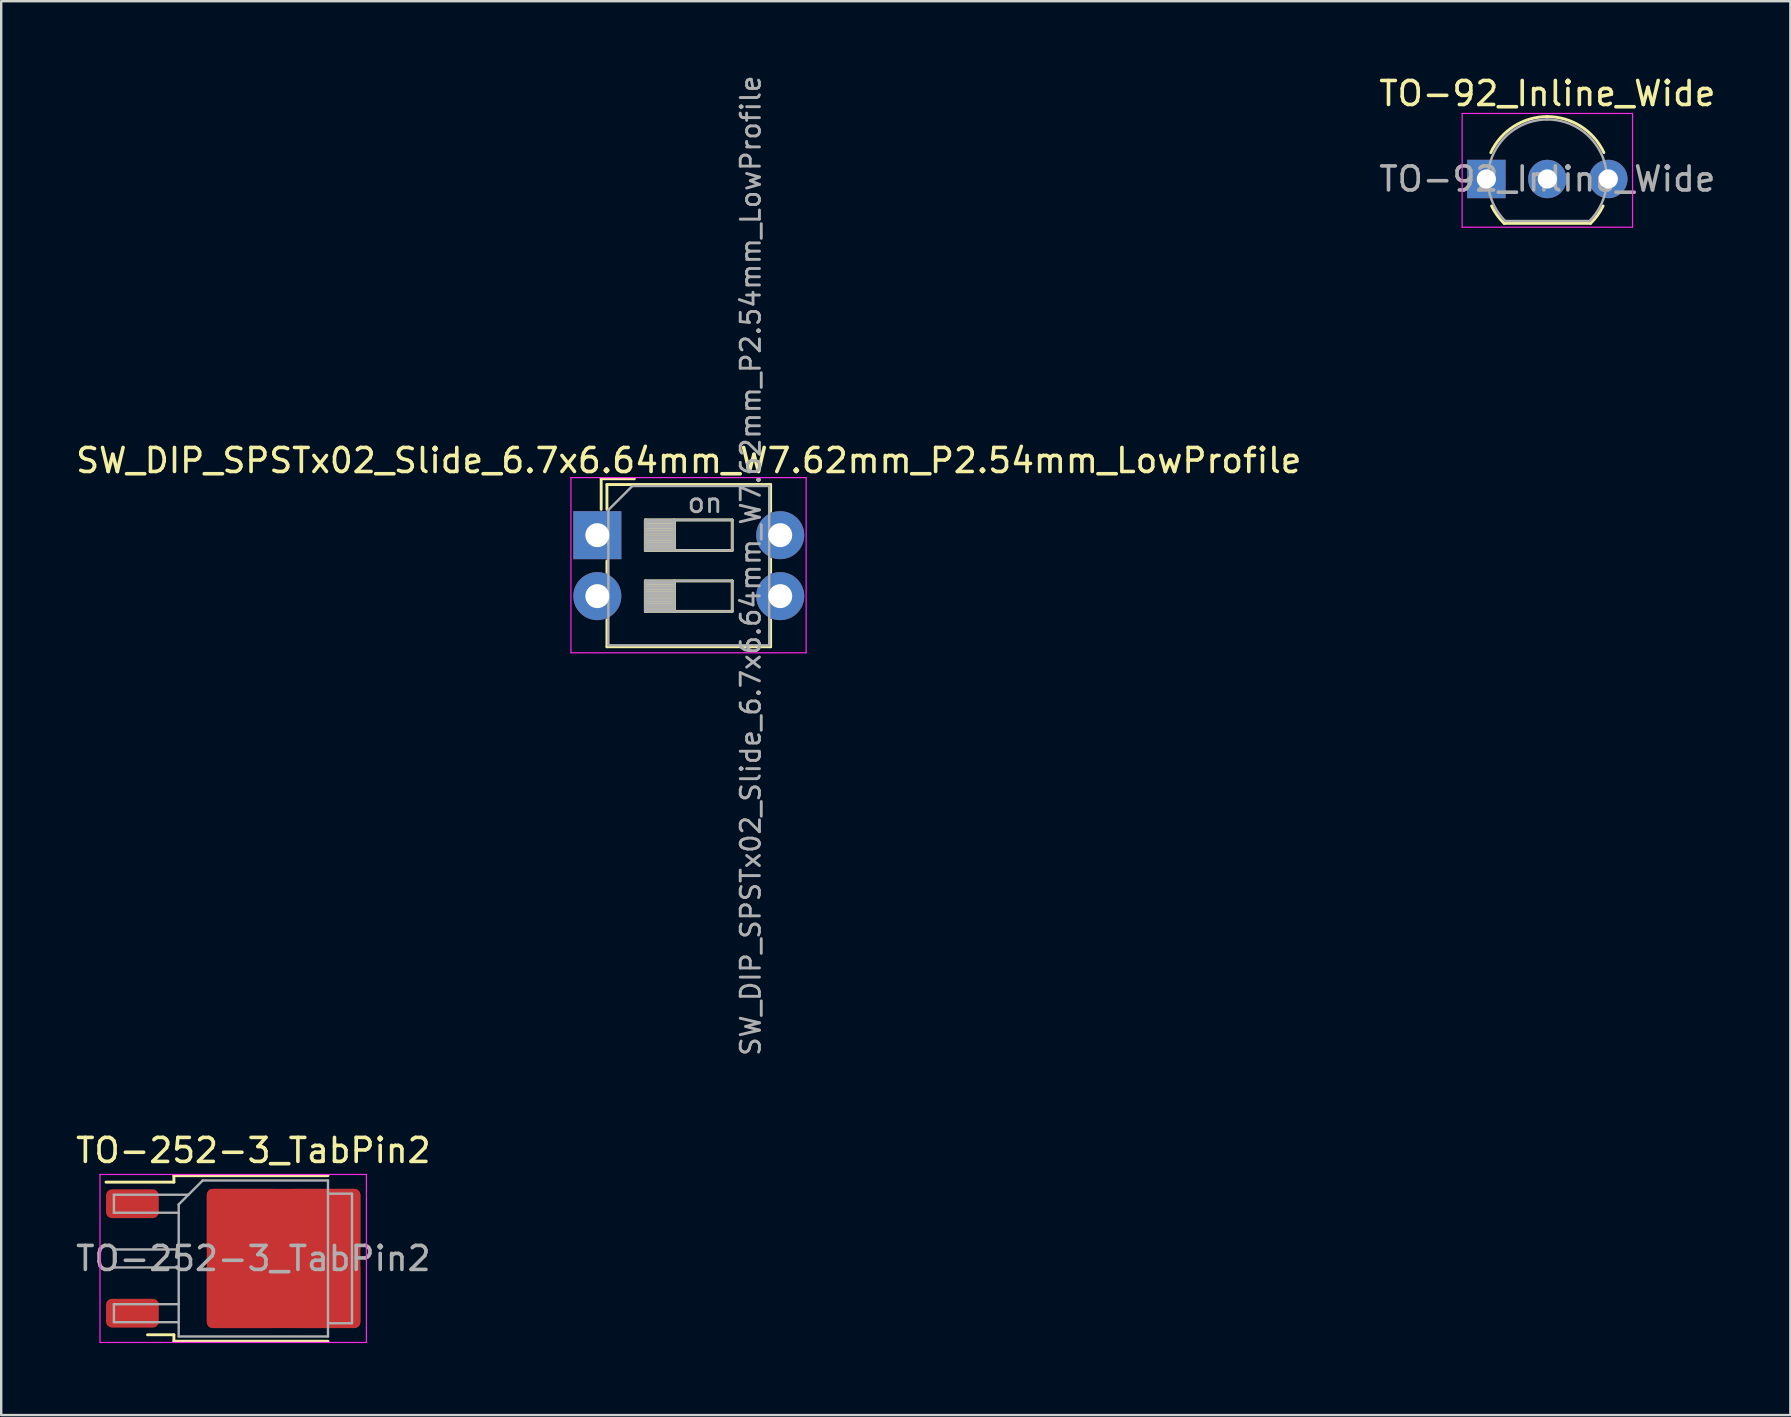
<source format=kicad_pcb>
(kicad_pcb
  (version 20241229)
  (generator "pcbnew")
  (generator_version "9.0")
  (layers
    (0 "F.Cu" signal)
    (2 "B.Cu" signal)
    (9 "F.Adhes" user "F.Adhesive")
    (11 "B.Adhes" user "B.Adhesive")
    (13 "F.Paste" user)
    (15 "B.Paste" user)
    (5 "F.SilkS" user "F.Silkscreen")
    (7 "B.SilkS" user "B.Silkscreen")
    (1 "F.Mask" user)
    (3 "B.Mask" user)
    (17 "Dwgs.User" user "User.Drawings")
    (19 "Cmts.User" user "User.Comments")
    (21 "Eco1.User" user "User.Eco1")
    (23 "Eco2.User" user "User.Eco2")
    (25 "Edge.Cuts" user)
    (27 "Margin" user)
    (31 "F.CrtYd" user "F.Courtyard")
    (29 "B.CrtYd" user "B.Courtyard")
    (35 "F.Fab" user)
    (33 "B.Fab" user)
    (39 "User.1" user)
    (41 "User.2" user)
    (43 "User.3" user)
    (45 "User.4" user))
  (footprint "TO-252-3_TabPin2"
    (layer "F.Cu")
    (at 7.506 49.386)
    (property "Reference" "TO-252-3_TabPin2" (at 0 -4.5 0) (layer "F.SilkS") (effects (font (size 1 1) (thickness 0.15))))
    (attr smd)
    (fp_line (start -3.31 -3.45) (end -3.31 -3.18) (stroke (width 0.12) (type solid)) (layer "F.SilkS"))
    (fp_line (start -3.31 -3.18) (end -6.14 -3.18) (stroke (width 0.12) (type solid)) (layer "F.SilkS"))
    (fp_line (start -3.31 3.18) (end -4.41 3.18) (stroke (width 0.12) (type solid)) (layer "F.SilkS"))
    (fp_line (start -3.31 3.45) (end -3.31 3.18) (stroke (width 0.12) (type solid)) (layer "F.SilkS"))
    (fp_line (start 3.11 -3.45) (end -3.31 -3.45) (stroke (width 0.12) (type solid)) (layer "F.SilkS"))
    (fp_line (start 3.11 3.45) (end -3.31 3.45) (stroke (width 0.12) (type solid)) (layer "F.SilkS"))
    (fp_line (start -6.39 -3.5) (end -6.39 3.5) (stroke (width 0.05) (type solid)) (layer "F.CrtYd"))
    (fp_line (start -6.39 3.5) (end 4.71 3.5) (stroke (width 0.05) (type solid)) (layer "F.CrtYd"))
    (fp_line (start 4.71 -3.5) (end -6.39 -3.5) (stroke (width 0.05) (type solid)) (layer "F.CrtYd"))
    (fp_line (start 4.71 3.5) (end 4.71 -3.5) (stroke (width 0.05) (type solid)) (layer "F.CrtYd"))
    (fp_line (start -5.81 -2.655) (end -5.81 -1.905) (stroke (width 0.1) (type solid)) (layer "F.Fab"))
    (fp_line (start -5.81 -1.905) (end -3.11 -1.905) (stroke (width 0.1) (type solid)) (layer "F.Fab"))
    (fp_line (start -5.81 -0.375) (end -5.81 0.375) (stroke (width 0.1) (type solid)) (layer "F.Fab"))
    (fp_line (start -5.81 0.375) (end -3.11 0.375) (stroke (width 0.1) (type solid)) (layer "F.Fab"))
    (fp_line (start -5.81 1.905) (end -5.81 2.655) (stroke (width 0.1) (type solid)) (layer "F.Fab"))
    (fp_line (start -5.81 2.655) (end -3.11 2.655) (stroke (width 0.1) (type solid)) (layer "F.Fab"))
    (fp_line (start -3.11 -2.25) (end -2.11 -3.25) (stroke (width 0.1) (type solid)) (layer "F.Fab"))
    (fp_line (start -3.11 -0.375) (end -5.81 -0.375) (stroke (width 0.1) (type solid)) (layer "F.Fab"))
    (fp_line (start -3.11 1.905) (end -5.81 1.905) (stroke (width 0.1) (type solid)) (layer "F.Fab"))
    (fp_line (start -3.11 3.25) (end -3.11 -2.25) (stroke (width 0.1) (type solid)) (layer "F.Fab"))
    (fp_line (start -2.705 -2.655) (end -5.81 -2.655) (stroke (width 0.1) (type solid)) (layer "F.Fab"))
    (fp_line (start -2.11 -3.25) (end 3.11 -3.25) (stroke (width 0.1) (type solid)) (layer "F.Fab"))
    (fp_line (start 3.11 -3.25) (end 3.11 3.25) (stroke (width 0.1) (type solid)) (layer "F.Fab"))
    (fp_line (start 3.11 -2.7) (end 4.11 -2.7) (stroke (width 0.1) (type solid)) (layer "F.Fab"))
    (fp_line (start 3.11 3.25) (end -3.11 3.25) (stroke (width 0.1) (type solid)) (layer "F.Fab"))
    (fp_line (start 4.11 -2.7) (end 4.11 2.7) (stroke (width 0.1) (type solid)) (layer "F.Fab"))
    (fp_line (start 4.11 2.7) (end 3.11 2.7) (stroke (width 0.1) (type solid)) (layer "F.Fab"))
    (fp_text user "${REFERENCE}" (at 0 0 0) (layer "F.Fab") (effects (font (size 1 1) (thickness 0.15))))
    (pad "1" smd roundrect (at -5.04 -2.28) (size 2.2 1.2) (layers "F.Cu" "F.Mask" "F.Paste") (roundrect_rratio 0.208))
    (pad "2" smd roundrect (at -0.415 -1.525) (size 3.05 2.75) (layers "F.Cu" "F.Paste") (roundrect_rratio 0.091))
    (pad "2" smd roundrect (at -0.415 1.525) (size 3.05 2.75) (layers "F.Cu" "F.Paste") (roundrect_rratio 0.091))
    (pad "2" smd roundrect (at 1.26 0) (size 6.4 5.8) (layers "F.Cu" "F.Mask") (roundrect_rratio 0.043))
    (pad "2" smd roundrect (at 2.935 -1.525) (size 3.05 2.75) (layers "F.Cu" "F.Paste") (roundrect_rratio 0.091))
    (pad "2" smd roundrect (at 2.935 1.525) (size 3.05 2.75) (layers "F.Cu" "F.Paste") (roundrect_rratio 0.091))
    (pad "3" smd roundrect (at -5.04 2.28) (size 2.2 1.2) (layers "F.Cu" "F.Mask" "F.Paste") (roundrect_rratio 0.208)))
  (footprint "SW_DIP_SPSTx02_Slide_6.7x6.64mm_W7.62mm_P2.54mm_LowProfile"
    (layer "F.Cu")
    (at 21.839 19.249)
    (property "Reference" "SW_DIP_SPSTx02_Slide_6.7x6.64mm_W7.62mm_P2.54mm_LowProfile" (at 3.81 -3.11 0) (layer "F.SilkS") (effects (font (size 1 1) (thickness 0.15))))
    (attr through_hole)
    (fp_line (start 0.16 -2.35) (end 0.16 -1.075) (stroke (width 0.12) (type solid)) (layer "F.SilkS"))
    (fp_line (start 0.16 -2.35) (end 1.543 -2.35) (stroke (width 0.12) (type solid)) (layer "F.SilkS"))
    (fp_line (start 0.4 -2.11) (end 0.4 -1.075) (stroke (width 0.12) (type solid)) (layer "F.SilkS"))
    (fp_line (start 0.4 -2.11) (end 7.221 -2.11) (stroke (width 0.12) (type solid)) (layer "F.SilkS"))
    (fp_line (start 0.4 1.075) (end 0.4 1.551) (stroke (width 0.12) (type solid)) (layer "F.SilkS"))
    (fp_line (start 0.4 3.53) (end 0.4 4.65) (stroke (width 0.12) (type solid)) (layer "F.SilkS"))
    (fp_line (start 0.4 4.65) (end 7.221 4.65) (stroke (width 0.12) (type solid)) (layer "F.SilkS"))
    (fp_line (start 2 -0.635) (end 2 0.635) (stroke (width 0.12) (type solid)) (layer "F.SilkS"))
    (fp_line (start 2 -0.515) (end 3.207 -0.515) (stroke (width 0.12) (type solid)) (layer "F.SilkS"))
    (fp_line (start 2 -0.395) (end 3.207 -0.395) (stroke (width 0.12) (type solid)) (layer "F.SilkS"))
    (fp_line (start 2 -0.275) (end 3.207 -0.275) (stroke (width 0.12) (type solid)) (layer "F.SilkS"))
    (fp_line (start 2 -0.155) (end 3.207 -0.155) (stroke (width 0.12) (type solid)) (layer "F.SilkS"))
    (fp_line (start 2 -0.035) (end 3.207 -0.035) (stroke (width 0.12) (type solid)) (layer "F.SilkS"))
    (fp_line (start 2 0.085) (end 3.207 0.085) (stroke (width 0.12) (type solid)) (layer "F.SilkS"))
    (fp_line (start 2 0.205) (end 3.207 0.205) (stroke (width 0.12) (type solid)) (layer "F.SilkS"))
    (fp_line (start 2 0.325) (end 3.207 0.325) (stroke (width 0.12) (type solid)) (layer "F.SilkS"))
    (fp_line (start 2 0.445) (end 3.207 0.445) (stroke (width 0.12) (type solid)) (layer "F.SilkS"))
    (fp_line (start 2 0.565) (end 3.207 0.565) (stroke (width 0.12) (type solid)) (layer "F.SilkS"))
    (fp_line (start 2 0.635) (end 5.62 0.635) (stroke (width 0.12) (type solid)) (layer "F.SilkS"))
    (fp_line (start 2 1.905) (end 2 3.175) (stroke (width 0.12) (type solid)) (layer "F.SilkS"))
    (fp_line (start 2 2.025) (end 3.207 2.025) (stroke (width 0.12) (type solid)) (layer "F.SilkS"))
    (fp_line (start 2 2.145) (end 3.207 2.145) (stroke (width 0.12) (type solid)) (layer "F.SilkS"))
    (fp_line (start 2 2.265) (end 3.207 2.265) (stroke (width 0.12) (type solid)) (layer "F.SilkS"))
    (fp_line (start 2 2.385) (end 3.207 2.385) (stroke (width 0.12) (type solid)) (layer "F.SilkS"))
    (fp_line (start 2 2.505) (end 3.207 2.505) (stroke (width 0.12) (type solid)) (layer "F.SilkS"))
    (fp_line (start 2 2.625) (end 3.207 2.625) (stroke (width 0.12) (type solid)) (layer "F.SilkS"))
    (fp_line (start 2 2.745) (end 3.207 2.745) (stroke (width 0.12) (type solid)) (layer "F.SilkS"))
    (fp_line (start 2 2.865) (end 3.207 2.865) (stroke (width 0.12) (type solid)) (layer "F.SilkS"))
    (fp_line (start 2 2.985) (end 3.207 2.985) (stroke (width 0.12) (type solid)) (layer "F.SilkS"))
    (fp_line (start 2 3.105) (end 3.207 3.105) (stroke (width 0.12) (type solid)) (layer "F.SilkS"))
    (fp_line (start 2 3.175) (end 5.62 3.175) (stroke (width 0.12) (type solid)) (layer "F.SilkS"))
    (fp_line (start 3.207 -0.635) (end 3.207 0.635) (stroke (width 0.12) (type solid)) (layer "F.SilkS"))
    (fp_line (start 3.207 1.905) (end 3.207 3.175) (stroke (width 0.12) (type solid)) (layer "F.SilkS"))
    (fp_line (start 5.62 -0.635) (end 2 -0.635) (stroke (width 0.12) (type solid)) (layer "F.SilkS"))
    (fp_line (start 5.62 0.635) (end 5.62 -0.635) (stroke (width 0.12) (type solid)) (layer "F.SilkS"))
    (fp_line (start 5.62 1.905) (end 2 1.905) (stroke (width 0.12) (type solid)) (layer "F.SilkS"))
    (fp_line (start 5.62 3.175) (end 5.62 1.905) (stroke (width 0.12) (type solid)) (layer "F.SilkS"))
    (fp_line (start 7.221 -2.11) (end 7.221 -0.99) (stroke (width 0.12) (type solid)) (layer "F.SilkS"))
    (fp_line (start 7.221 0.99) (end 7.221 1.551) (stroke (width 0.12) (type solid)) (layer "F.SilkS"))
    (fp_line (start 7.221 3.53) (end 7.221 4.65) (stroke (width 0.12) (type solid)) (layer "F.SilkS"))
    (fp_line (start -1.1 -2.4) (end -1.1 4.9) (stroke (width 0.05) (type solid)) (layer "F.CrtYd"))
    (fp_line (start -1.1 4.9) (end 8.7 4.9) (stroke (width 0.05) (type solid)) (layer "F.CrtYd"))
    (fp_line (start 8.7 -2.4) (end -1.1 -2.4) (stroke (width 0.05) (type solid)) (layer "F.CrtYd"))
    (fp_line (start 8.7 4.9) (end 8.7 -2.4) (stroke (width 0.05) (type solid)) (layer "F.CrtYd"))
    (fp_line (start 0.46 -1.05) (end 1.46 -2.05) (stroke (width 0.1) (type solid)) (layer "F.Fab"))
    (fp_line (start 0.46 4.59) (end 0.46 -1.05) (stroke (width 0.1) (type solid)) (layer "F.Fab"))
    (fp_line (start 1.46 -2.05) (end 7.16 -2.05) (stroke (width 0.1) (type solid)) (layer "F.Fab"))
    (fp_line (start 2 -0.635) (end 2 0.635) (stroke (width 0.1) (type solid)) (layer "F.Fab"))
    (fp_line (start 2 -0.535) (end 3.207 -0.535) (stroke (width 0.1) (type solid)) (layer "F.Fab"))
    (fp_line (start 2 -0.435) (end 3.207 -0.435) (stroke (width 0.1) (type solid)) (layer "F.Fab"))
    (fp_line (start 2 -0.335) (end 3.207 -0.335) (stroke (width 0.1) (type solid)) (layer "F.Fab"))
    (fp_line (start 2 -0.235) (end 3.207 -0.235) (stroke (width 0.1) (type solid)) (layer "F.Fab"))
    (fp_line (start 2 -0.135) (end 3.207 -0.135) (stroke (width 0.1) (type solid)) (layer "F.Fab"))
    (fp_line (start 2 -0.035) (end 3.207 -0.035) (stroke (width 0.1) (type solid)) (layer "F.Fab"))
    (fp_line (start 2 0.065) (end 3.207 0.065) (stroke (width 0.1) (type solid)) (layer "F.Fab"))
    (fp_line (start 2 0.165) (end 3.207 0.165) (stroke (width 0.1) (type solid)) (layer "F.Fab"))
    (fp_line (start 2 0.265) (end 3.207 0.265) (stroke (width 0.1) (type solid)) (layer "F.Fab"))
    (fp_line (start 2 0.365) (end 3.207 0.365) (stroke (width 0.1) (type solid)) (layer "F.Fab"))
    (fp_line (start 2 0.465) (end 3.207 0.465) (stroke (width 0.1) (type solid)) (layer "F.Fab"))
    (fp_line (start 2 0.565) (end 3.207 0.565) (stroke (width 0.1) (type solid)) (layer "F.Fab"))
    (fp_line (start 2 0.635) (end 5.62 0.635) (stroke (width 0.1) (type solid)) (layer "F.Fab"))
    (fp_line (start 2 1.905) (end 2 3.175) (stroke (width 0.1) (type solid)) (layer "F.Fab"))
    (fp_line (start 2 2.005) (end 3.207 2.005) (stroke (width 0.1) (type solid)) (layer "F.Fab"))
    (fp_line (start 2 2.105) (end 3.207 2.105) (stroke (width 0.1) (type solid)) (layer "F.Fab"))
    (fp_line (start 2 2.205) (end 3.207 2.205) (stroke (width 0.1) (type solid)) (layer "F.Fab"))
    (fp_line (start 2 2.305) (end 3.207 2.305) (stroke (width 0.1) (type solid)) (layer "F.Fab"))
    (fp_line (start 2 2.405) (end 3.207 2.405) (stroke (width 0.1) (type solid)) (layer "F.Fab"))
    (fp_line (start 2 2.505) (end 3.207 2.505) (stroke (width 0.1) (type solid)) (layer "F.Fab"))
    (fp_line (start 2 2.605) (end 3.207 2.605) (stroke (width 0.1) (type solid)) (layer "F.Fab"))
    (fp_line (start 2 2.705) (end 3.207 2.705) (stroke (width 0.1) (type solid)) (layer "F.Fab"))
    (fp_line (start 2 2.805) (end 3.207 2.805) (stroke (width 0.1) (type solid)) (layer "F.Fab"))
    (fp_line (start 2 2.905) (end 3.207 2.905) (stroke (width 0.1) (type solid)) (layer "F.Fab"))
    (fp_line (start 2 3.005) (end 3.207 3.005) (stroke (width 0.1) (type solid)) (layer "F.Fab"))
    (fp_line (start 2 3.105) (end 3.207 3.105) (stroke (width 0.1) (type solid)) (layer "F.Fab"))
    (fp_line (start 2 3.175) (end 5.62 3.175) (stroke (width 0.1) (type solid)) (layer "F.Fab"))
    (fp_line (start 3.207 -0.635) (end 3.207 0.635) (stroke (width 0.1) (type solid)) (layer "F.Fab"))
    (fp_line (start 3.207 1.905) (end 3.207 3.175) (stroke (width 0.1) (type solid)) (layer "F.Fab"))
    (fp_line (start 5.62 -0.635) (end 2 -0.635) (stroke (width 0.1) (type solid)) (layer "F.Fab"))
    (fp_line (start 5.62 0.635) (end 5.62 -0.635) (stroke (width 0.1) (type solid)) (layer "F.Fab"))
    (fp_line (start 5.62 1.905) (end 2 1.905) (stroke (width 0.1) (type solid)) (layer "F.Fab"))
    (fp_line (start 5.62 3.175) (end 5.62 1.905) (stroke (width 0.1) (type solid)) (layer "F.Fab"))
    (fp_line (start 7.16 -2.05) (end 7.16 4.59) (stroke (width 0.1) (type solid)) (layer "F.Fab"))
    (fp_line (start 7.16 4.59) (end 0.46 4.59) (stroke (width 0.1) (type solid)) (layer "F.Fab"))
    (fp_text user "${REFERENCE}" (at 6.39 1.27 90) (layer "F.Fab") (effects (font (size 0.8 0.8) (thickness 0.12))))
    (fp_text user "on" (at 4.485 -1.343 0) (layer "F.Fab") (effects (font (size 0.8 0.8) (thickness 0.12))))
    (pad "1" thru_hole rect (at 0 0) (size 2 2) (drill 1) (layers "*.Cu" "*.Mask"))
    (pad "2" thru_hole oval (at 0 2.54) (size 2 2) (drill 1) (layers "*.Cu" "*.Mask"))
    (pad "3" thru_hole oval (at 7.62 2.54) (size 2 2) (drill 1) (layers "*.Cu" "*.Mask"))
    (pad "4" thru_hole oval (at 7.62 0) (size 2 2) (drill 1) (layers "*.Cu" "*.Mask")))
  (footprint "TO-92_Inline_Wide"
    (layer "F.Cu")
    (at 58.883 4.408)
    (property "Reference" "TO-92_Inline_Wide" (at 2.54 -3.56 0) (layer "F.SilkS") (effects (font (size 1 1) (thickness 0.15))))
    (attr through_hole)
    (fp_line (start 0.74 1.85) (end 4.34 1.85) (stroke (width 0.12) (type solid)) (layer "F.SilkS"))
    (fp_arc (start 0.1836 -1.098807) (mid 1.143021 -2.192817) (end 2.54 -2.6) (stroke (width 0.12) (type solid)) (layer "F.SilkS"))
    (fp_arc (start 0.74 1.85) (mid 0.446097 1.509328) (end 0.215816 1.122795) (stroke (width 0.12) (type solid)) (layer "F.SilkS"))
    (fp_arc (start 2.54 -2.6) (mid 3.936979 -2.192818) (end 4.8964 -1.098807) (stroke (width 0.12) (type solid)) (layer "F.SilkS"))
    (fp_arc (start 4.864184 1.122795) (mid 4.633903 1.509328) (end 4.34 1.85) (stroke (width 0.12) (type solid)) (layer "F.SilkS"))
    (fp_line (start -1.01 -2.73) (end -1.01 2.01) (stroke (width 0.05) (type solid)) (layer "F.CrtYd"))
    (fp_line (start -1.01 -2.73) (end 6.09 -2.73) (stroke (width 0.05) (type solid)) (layer "F.CrtYd"))
    (fp_line (start 6.09 2.01) (end -1.01 2.01) (stroke (width 0.05) (type solid)) (layer "F.CrtYd"))
    (fp_line (start 6.09 2.01) (end 6.09 -2.73) (stroke (width 0.05) (type solid)) (layer "F.CrtYd"))
    (fp_line (start 0.8 1.75) (end 4.3 1.75) (stroke (width 0.1) (type solid)) (layer "F.Fab"))
    (fp_arc (start 0.786375 1.753625) (mid 0.248779 -0.949055) (end 2.54 -2.48) (stroke (width 0.1) (type solid)) (layer "F.Fab"))
    (fp_arc (start 2.54 -2.48) (mid 4.831221 -0.949055) (end 4.293625 1.753625) (stroke (width 0.1) (type solid)) (layer "F.Fab"))
    (fp_text user "${REFERENCE}" (at 2.54 0 0) (layer "F.Fab") (effects (font (size 1 1) (thickness 0.15))))
    (pad "1" thru_hole rect (at 0 0) (size 1.6 1.6) (drill 0.8) (layers "*.Cu" "*.Mask"))
    (pad "2" thru_hole circle (at 2.54 0) (size 1.6 1.6) (drill 0.8) (layers "*.Cu" "*.Mask"))
    (pad "3" thru_hole circle (at 5.08 0) (size 1.6 1.6) (drill 0.8) (layers "*.Cu" "*.Mask")))
  (gr_rect
    (start -3 -3)
    (end 71.548 55.911)
    (stroke (width 0.1) (type default))
    (fill no)
    (layer "Edge.Cuts")))
</source>
